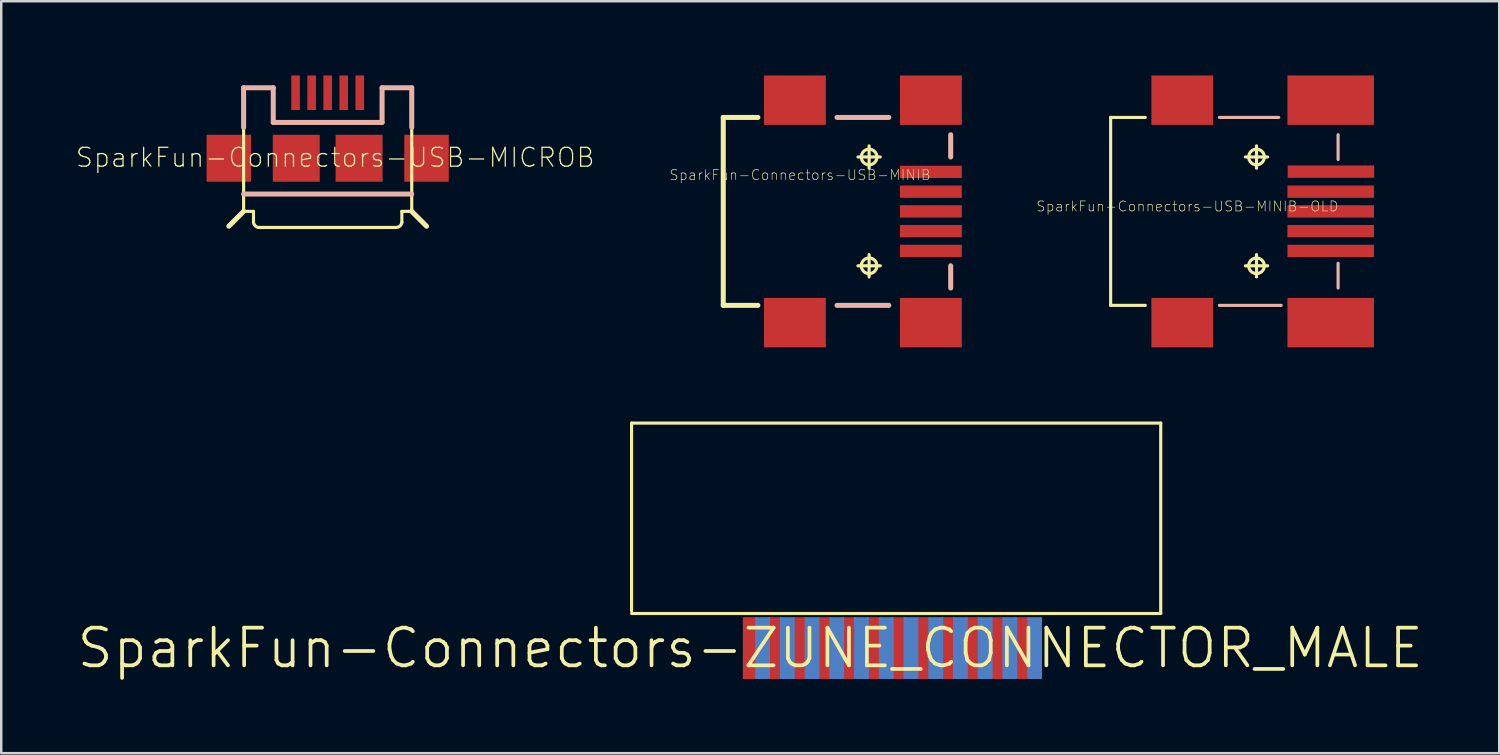
<source format=kicad_pcb>
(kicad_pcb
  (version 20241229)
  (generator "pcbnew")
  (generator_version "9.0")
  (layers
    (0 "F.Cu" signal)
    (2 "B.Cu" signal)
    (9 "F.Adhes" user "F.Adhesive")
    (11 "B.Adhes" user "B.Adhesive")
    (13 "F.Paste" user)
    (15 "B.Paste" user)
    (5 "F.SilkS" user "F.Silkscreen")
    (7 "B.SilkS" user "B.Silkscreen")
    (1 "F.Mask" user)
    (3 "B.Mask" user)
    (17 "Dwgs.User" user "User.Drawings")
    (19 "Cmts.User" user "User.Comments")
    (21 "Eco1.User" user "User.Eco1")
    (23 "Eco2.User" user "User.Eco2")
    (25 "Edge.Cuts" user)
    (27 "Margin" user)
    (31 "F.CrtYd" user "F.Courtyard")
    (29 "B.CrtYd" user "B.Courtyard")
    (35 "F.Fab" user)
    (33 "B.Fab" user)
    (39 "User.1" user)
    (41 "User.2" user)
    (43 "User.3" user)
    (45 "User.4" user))
  (footprint "SparkFun-Connectors-USB-MINIB-OLD"
    (layer "F.Cu")
    (at 47.759 5.498)
    (property "Reference" "SparkFun-Connectors-USB-MINIB-OLD" (at -2.794 -0.203 0) (layer "F.SilkS") (effects (font (size 0.406 0.406) (thickness 0.025))))
    (attr smd)
    (fp_line (start -5.898 -3.8) (end -5.898 3.8) (stroke (width 0.127) (type solid)) (layer "F.SilkS"))
    (fp_line (start -5.898 -3.8) (end -4.498 -3.8) (stroke (width 0.127) (type solid)) (layer "F.SilkS"))
    (fp_line (start -5.898 3.8) (end -4.498 3.8) (stroke (width 0.127) (type solid)) (layer "F.SilkS"))
    (fp_line (start -0.45 -2.2) (end 0.45 -2.2) (stroke (width 0.127) (type solid)) (layer "F.SilkS"))
    (fp_line (start -0.45 2.2) (end 0.45 2.2) (stroke (width 0.127) (type solid)) (layer "F.SilkS"))
    (fp_line (start 0 -1.748) (end 0 -2.649) (stroke (width 0.127) (type solid)) (layer "F.SilkS"))
    (fp_line (start 0 2.649) (end 0 1.748) (stroke (width 0.127) (type solid)) (layer "F.SilkS"))
    (fp_circle (center 0 -2.2) (end -0.224 -2.423) (stroke (width 0.127) (type solid)) (fill no) (layer "F.SilkS"))
    (fp_circle (center 0 2.2) (end -0.224 2.423) (stroke (width 0.127) (type solid)) (fill no) (layer "F.SilkS"))
    (fp_line (start -1.499 -3.8) (end 0.899 -3.8) (stroke (width 0.127) (type solid)) (layer "B.SilkS"))
    (fp_line (start 0.998 3.8) (end -1.499 3.8) (stroke (width 0.127) (type solid)) (layer "B.SilkS"))
    (fp_line (start 3.299 -3.099) (end 3.299 -2.098) (stroke (width 0.127) (type solid)) (layer "B.SilkS"))
    (fp_line (start 3.299 2.098) (end 3.299 3.099) (stroke (width 0.127) (type solid)) (layer "B.SilkS"))
    (pad "1" smd rect (at -3 4.498) (size 2.499 1.999) (layers "F.Cu" "F.Mask" "F.Paste"))
    (pad "2" smd rect (at -3 -4.498) (size 2.499 1.999) (layers "F.Cu" "F.Mask" "F.Paste"))
    (pad "3" smd rect (at 3 4.498) (size 3.498 1.999) (layers "F.Cu" "F.Mask" "F.Paste"))
    (pad "4" smd rect (at 3 -4.498) (size 3.498 1.999) (layers "F.Cu" "F.Mask" "F.Paste"))
    (pad "D+" smd rect (at 3 0) (size 3.498 0.498) (layers "F.Cu" "F.Mask" "F.Paste"))
    (pad "D-" smd rect (at 3 -0.798) (size 3.498 0.498) (layers "F.Cu" "F.Mask" "F.Paste"))
    (pad "GND" smd rect (at 3 1.598) (size 3.498 0.498) (layers "F.Cu" "F.Mask" "F.Paste"))
    (pad "ID" smd rect (at 3 0.798) (size 3.498 0.498) (layers "F.Cu" "F.Mask" "F.Paste"))
    (pad "VBUS" smd rect (at 3.01 -1.608) (size 3.498 0.498) (layers "F.Cu" "F.Mask" "F.Paste")))
  (footprint "SparkFun-Connectors-USB-MICROB"
    (layer "F.Cu")
    (at 10.2 3.349)
    (property "Reference" "SparkFun-Connectors-USB-MICROB" (at 0.305 -0.03 0) (layer "F.SilkS") (effects (font (size 0.762 0.762) (thickness 0.051))))
    (attr smd)
    (fp_line (start -3.399 -2.85) (end -2.2 -2.85) (stroke (width 0.127) (type solid)) (layer "F.SilkS"))
    (fp_line (start -3.399 1.448) (end -3.399 -2.85) (stroke (width 0.127) (type solid)) (layer "F.SilkS"))
    (fp_line (start -3.399 1.448) (end 3.399 1.448) (stroke (width 0.127) (type solid)) (layer "F.SilkS"))
    (fp_line (start -3.399 2.149) (end -3.998 2.748) (stroke (width 0.203) (type solid)) (layer "F.SilkS"))
    (fp_line (start -3.399 2.149) (end -3.399 1.448) (stroke (width 0.127) (type solid)) (layer "F.SilkS"))
    (fp_line (start -3.399 2.149) (end -3 2.149) (stroke (width 0.127) (type solid)) (layer "F.SilkS"))
    (fp_line (start -3 2.149) (end -3 2.548) (stroke (width 0.127) (type solid)) (layer "F.SilkS"))
    (fp_line (start -2.799 2.799) (end 2.748 2.799) (stroke (width 0.127) (type solid)) (layer "F.SilkS"))
    (fp_line (start -2.2 -1.448) (end -2.2 -2.85) (stroke (width 0.127) (type solid)) (layer "F.SilkS"))
    (fp_line (start -2.2 -1.448) (end 2.2 -1.448) (stroke (width 0.127) (type solid)) (layer "F.SilkS"))
    (fp_line (start 2.2 -1.448) (end 2.2 -2.85) (stroke (width 0.127) (type solid)) (layer "F.SilkS"))
    (fp_line (start 3 2.149) (end 3.399 2.149) (stroke (width 0.127) (type solid)) (layer "F.SilkS"))
    (fp_line (start 3 2.598) (end 3 2.149) (stroke (width 0.127) (type solid)) (layer "F.SilkS"))
    (fp_line (start 3.399 -2.85) (end 2.2 -2.85) (stroke (width 0.127) (type solid)) (layer "F.SilkS"))
    (fp_line (start 3.399 -2.85) (end 3.399 1.448) (stroke (width 0.127) (type solid)) (layer "F.SilkS"))
    (fp_line (start 3.399 1.448) (end 3.399 2.149) (stroke (width 0.127) (type solid)) (layer "F.SilkS"))
    (fp_line (start 3.399 2.149) (end 3.998 2.748) (stroke (width 0.203) (type solid)) (layer "F.SilkS"))
    (fp_arc (start -2.79908 2.79908) (mid -2.948009 2.712097) (end -2.999764 2.547576) (stroke (width 0.127) (type solid)) (layer "F.SilkS"))
    (fp_arc (start 2.99974 2.59842) (mid 2.912757 2.747349) (end 2.748236 2.799104) (stroke (width 0.127) (type solid)) (layer "F.SilkS"))
    (fp_line (start -3.399 -2.85) (end -2.2 -2.85) (stroke (width 0.203) (type solid)) (layer "B.SilkS"))
    (fp_line (start -3.399 -1.25) (end -3.399 -2.85) (stroke (width 0.203) (type solid)) (layer "B.SilkS"))
    (fp_line (start -3.399 1.448) (end 3.399 1.448) (stroke (width 0.203) (type solid)) (layer "B.SilkS"))
    (fp_line (start -2.2 -2.85) (end -2.2 -1.448) (stroke (width 0.203) (type solid)) (layer "B.SilkS"))
    (fp_line (start -2.2 -1.448) (end 2.2 -1.448) (stroke (width 0.203) (type solid)) (layer "B.SilkS"))
    (fp_line (start 2.2 -1.448) (end 2.2 -2.85) (stroke (width 0.203) (type solid)) (layer "B.SilkS"))
    (fp_line (start 3.399 -2.85) (end 2.2 -2.85) (stroke (width 0.203) (type solid)) (layer "B.SilkS"))
    (fp_line (start 3.399 -1.25) (end 3.399 -2.85) (stroke (width 0.203) (type solid)) (layer "B.SilkS"))
    (pad "D+" smd rect (at 0 -2.649 90) (size 1.4 0.348) (layers "F.Cu" "F.Mask" "F.Paste"))
    (pad "D-" smd rect (at -0.648 -2.649 90) (size 1.4 0.348) (layers "F.Cu" "F.Mask" "F.Paste"))
    (pad "GND" smd rect (at 1.298 -2.649 90) (size 1.4 0.348) (layers "F.Cu" "F.Mask" "F.Paste"))
    (pad "ID" smd rect (at 0.648 -2.649 90) (size 1.4 0.348) (layers "F.Cu" "F.Mask" "F.Paste"))
    (pad "MT1" smd rect (at -3.998 0) (size 1.798 1.9) (layers "F.Cu" "F.Mask" "F.Paste"))
    (pad "MT2" smd rect (at 3.998 0) (size 1.798 1.9) (layers "F.Cu" "F.Mask" "F.Paste"))
    (pad "P$1" smd rect (at -1.27 0) (size 1.9 1.9) (layers "F.Cu" "F.Mask" "F.Paste"))
    (pad "P$2" smd rect (at 1.27 0) (size 1.9 1.9) (layers "F.Cu" "F.Mask" "F.Paste"))
    (pad "VBUS" smd rect (at -1.298 -2.649 90) (size 1.4 0.348) (layers "F.Cu" "F.Mask" "F.Paste")))
  (footprint "SparkFun-Connectors-ZUNE_CONNECTOR_MALE"
    (layer "F.Cu")
    (at 27.287 23.157)
    (property "Reference" "SparkFun-Connectors-ZUNE_CONNECTOR_MALE" (at 0 0 0) (layer "F.SilkS") (effects (font (size 1.524 1.524) (thickness 0.15))))
    (attr smd)
    (fp_line (start -4.798 -9.098) (end -4.798 -1.499) (stroke (width 0.127) (type solid)) (layer "F.SilkS"))
    (fp_line (start -4.798 -1.4) (end 16.599 -1.4) (stroke (width 0.127) (type solid)) (layer "F.SilkS"))
    (fp_line (start 16.599 -9.098) (end -4.798 -9.098) (stroke (width 0.127) (type solid)) (layer "F.SilkS"))
    (fp_line (start 16.599 -1.4) (end 16.599 -9.098) (stroke (width 0.127) (type solid)) (layer "F.SilkS"))
    (pad "P$1" smd rect (at 0 0 180) (size 0.599 2.499) (layers "F.Cu" "F.Mask" "F.Paste"))
    (pad "P$2" smd rect (at 0.498 0 180) (size 0.599 2.499) (layers "B.Cu" "B.Mask"))
    (pad "P$3" smd rect (at 0.998 0 180) (size 0.599 2.499) (layers "F.Cu" "F.Mask" "F.Paste"))
    (pad "P$4" smd rect (at 1.499 0 180) (size 0.599 2.499) (layers "B.Cu" "B.Mask"))
    (pad "P$5" smd rect (at 1.999 0 180) (size 0.599 2.499) (layers "F.Cu" "F.Mask" "F.Paste"))
    (pad "P$6" smd rect (at 2.499 0 180) (size 0.599 2.499) (layers "B.Cu" "B.Mask"))
    (pad "P$7" smd rect (at 3 0 180) (size 0.599 2.499) (layers "F.Cu" "F.Mask" "F.Paste"))
    (pad "P$8" smd rect (at 3.498 0 180) (size 0.599 2.499) (layers "B.Cu" "B.Mask"))
    (pad "P$9" smd rect (at 3.998 0 180) (size 0.599 2.499) (layers "F.Cu" "F.Mask" "F.Paste"))
    (pad "P$10" smd rect (at 4.498 0 180) (size 0.599 2.499) (layers "B.Cu" "B.Mask"))
    (pad "P$11" smd rect (at 4.999 0 180) (size 0.599 2.499) (layers "F.Cu" "F.Mask" "F.Paste"))
    (pad "P$12" smd rect (at 5.499 0 180) (size 0.599 2.499) (layers "B.Cu" "B.Mask"))
    (pad "P$13" smd rect (at 5.999 0 180) (size 0.599 2.499) (layers "F.Cu" "F.Mask" "F.Paste"))
    (pad "P$14" smd rect (at 6.5 0 180) (size 0.599 2.499) (layers "B.Cu" "B.Mask"))
    (pad "P$15" smd rect (at 6.998 0 180) (size 0.599 2.499) (layers "F.Cu" "F.Mask" "F.Paste"))
    (pad "P$16" smd rect (at 7.498 0 180) (size 0.599 2.499) (layers "B.Cu" "B.Mask"))
    (pad "P$17" smd rect (at 7.998 0 180) (size 0.599 2.499) (layers "F.Cu" "F.Mask" "F.Paste"))
    (pad "P$18" smd rect (at 8.499 0 180) (size 0.599 2.499) (layers "B.Cu" "B.Mask"))
    (pad "P$19" smd rect (at 8.999 0 180) (size 0.599 2.499) (layers "F.Cu" "F.Mask" "F.Paste"))
    (pad "P$20" smd rect (at 9.5 0 180) (size 0.599 2.499) (layers "B.Cu" "B.Mask"))
    (pad "P$21" smd rect (at 10 0 180) (size 0.599 2.499) (layers "F.Cu" "F.Mask" "F.Paste"))
    (pad "P$22" smd rect (at 10.498 0 180) (size 0.599 2.499) (layers "B.Cu" "B.Mask"))
    (pad "P$23" smd rect (at 10.998 0 180) (size 0.599 2.499) (layers "F.Cu" "F.Mask" "F.Paste"))
    (pad "P$24" smd rect (at 11.499 0 180) (size 0.599 2.499) (layers "B.Cu" "B.Mask")))
  (footprint "SparkFun-Connectors-USB-MINIB"
    (layer "F.Cu")
    (at 32.094 5.498)
    (property "Reference" "SparkFun-Connectors-USB-MINIB" (at -2.794 -1.473 0) (layer "F.SilkS") (effects (font (size 0.406 0.406) (thickness 0.025))))
    (attr smd)
    (fp_line (start -5.898 -3.8) (end -5.898 3.8) (stroke (width 0.203) (type solid)) (layer "F.SilkS"))
    (fp_line (start -5.898 -3.8) (end -4.498 -3.8) (stroke (width 0.203) (type solid)) (layer "F.SilkS"))
    (fp_line (start -5.898 3.8) (end -4.498 3.8) (stroke (width 0.203) (type solid)) (layer "F.SilkS"))
    (fp_line (start -0.45 -2.2) (end 0.45 -2.2) (stroke (width 0.127) (type solid)) (layer "F.SilkS"))
    (fp_line (start -0.45 2.2) (end 0.45 2.2) (stroke (width 0.127) (type solid)) (layer "F.SilkS"))
    (fp_line (start 0 -1.748) (end 0 -2.649) (stroke (width 0.127) (type solid)) (layer "F.SilkS"))
    (fp_line (start 0 2.649) (end 0 1.748) (stroke (width 0.127) (type solid)) (layer "F.SilkS"))
    (fp_circle (center 0 -2.2) (end -0.224 -2.423) (stroke (width 0.127) (type solid)) (fill no) (layer "F.SilkS"))
    (fp_circle (center 0 2.2) (end -0.224 2.423) (stroke (width 0.127) (type solid)) (fill no) (layer "F.SilkS"))
    (fp_line (start -1.298 -3.8) (end 0.798 -3.8) (stroke (width 0.203) (type solid)) (layer "B.SilkS"))
    (fp_line (start 0.798 3.8) (end -1.298 3.8) (stroke (width 0.203) (type solid)) (layer "B.SilkS"))
    (fp_line (start 3.299 -3.099) (end 3.299 -2.2) (stroke (width 0.203) (type solid)) (layer "B.SilkS"))
    (fp_line (start 3.299 2.2) (end 3.299 3.099) (stroke (width 0.203) (type solid)) (layer "B.SilkS"))
    (pad "D+" smd rect (at 2.499 0) (size 2.499 0.498) (layers "F.Cu" "F.Mask" "F.Paste"))
    (pad "D-" smd rect (at 2.499 -0.798) (size 2.499 0.498) (layers "F.Cu" "F.Mask" "F.Paste"))
    (pad "GND" smd rect (at 2.499 1.598) (size 2.499 0.498) (layers "F.Cu" "F.Mask" "F.Paste"))
    (pad "ID" smd rect (at 2.499 0.798) (size 2.499 0.498) (layers "F.Cu" "F.Mask" "F.Paste"))
    (pad "MTN1" smd rect (at -3 -4.498) (size 2.499 1.999) (layers "F.Cu" "F.Mask" "F.Paste"))
    (pad "MTN2" smd rect (at 2.499 -4.498) (size 2.499 1.999) (layers "F.Cu" "F.Mask" "F.Paste"))
    (pad "MTN3" smd rect (at -3 4.498) (size 2.499 1.999) (layers "F.Cu" "F.Mask" "F.Paste"))
    (pad "MTN4" smd rect (at 2.499 4.498) (size 2.499 1.999) (layers "F.Cu" "F.Mask" "F.Paste"))
    (pad "VBUS" smd rect (at 2.499 -1.598) (size 2.499 0.498) (layers "F.Cu" "F.Mask" "F.Paste")))
  (gr_rect
    (start -3 -3)
    (end 57.574 27.407)
    (stroke (width 0.1) (type default))
    (fill no)
    (layer "Edge.Cuts")))
</source>
